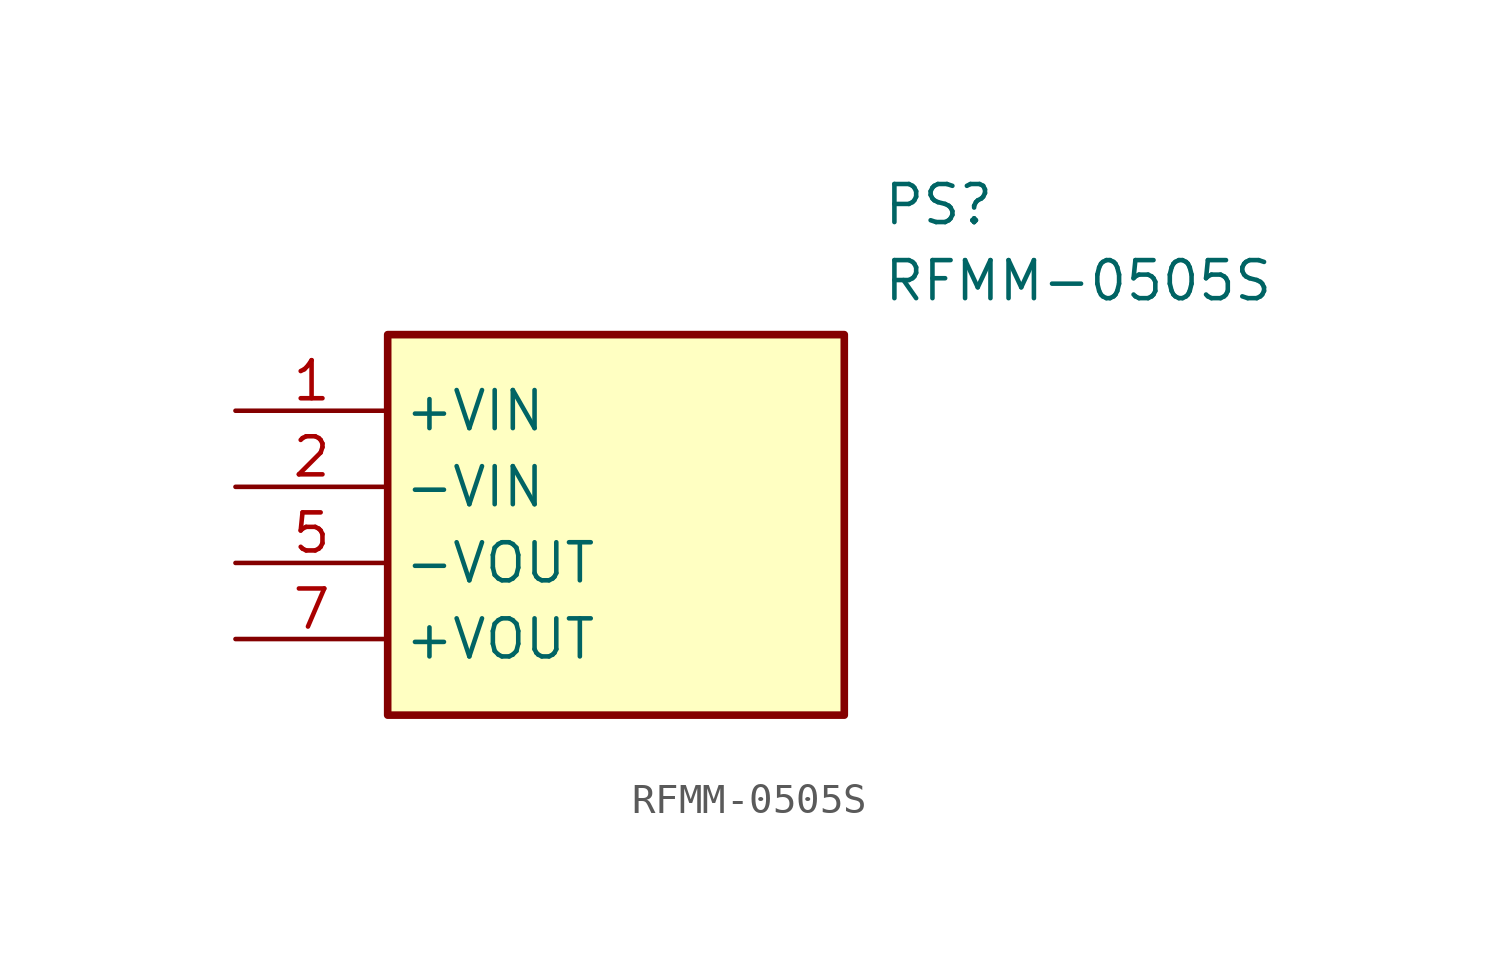
<source format=kicad_sym>
(kicad_symbol_lib
  (version 20211014)
  (generator SamacSys_ECAD_Model)
  (symbol "RFMM-0505S"
    (property "Reference" "PS"
      (at 21.59 7.62 0)
      (effects (font (size 1.27 1.27)) (justify left top)))
    (property "Value" "RFMM-0505S"
      (at 21.59 5.08 0)
      (effects (font (size 1.27 1.27)) (justify left top)))
    (rectangle
      (start 5.08 2.54)
      (end 20.32 -10.16)
      (stroke (width 0.254) (type default))
      (fill (type background)))
    (pin passive line
      (at 0 0 0)
      (length 5.08)
      (name "+VIN" (effects (font (size 1.27 1.27))))
      (number "1" (effects (font (size 1.27 1.27)))))
    (pin passive line
      (at 0 -2.54 0)
      (length 5.08)
      (name "-VIN" (effects (font (size 1.27 1.27))))
      (number "2" (effects (font (size 1.27 1.27)))))
    (pin passive line
      (at 0 -5.08 0)
      (length 5.08)
      (name "-VOUT" (effects (font (size 1.27 1.27))))
      (number "5" (effects (font (size 1.27 1.27)))))
    (pin passive line
      (at 0 -7.62 0)
      (length 5.08)
      (name "+VOUT" (effects (font (size 1.27 1.27))))
      (number "7" (effects (font (size 1.27 1.27)))))))
</source>
